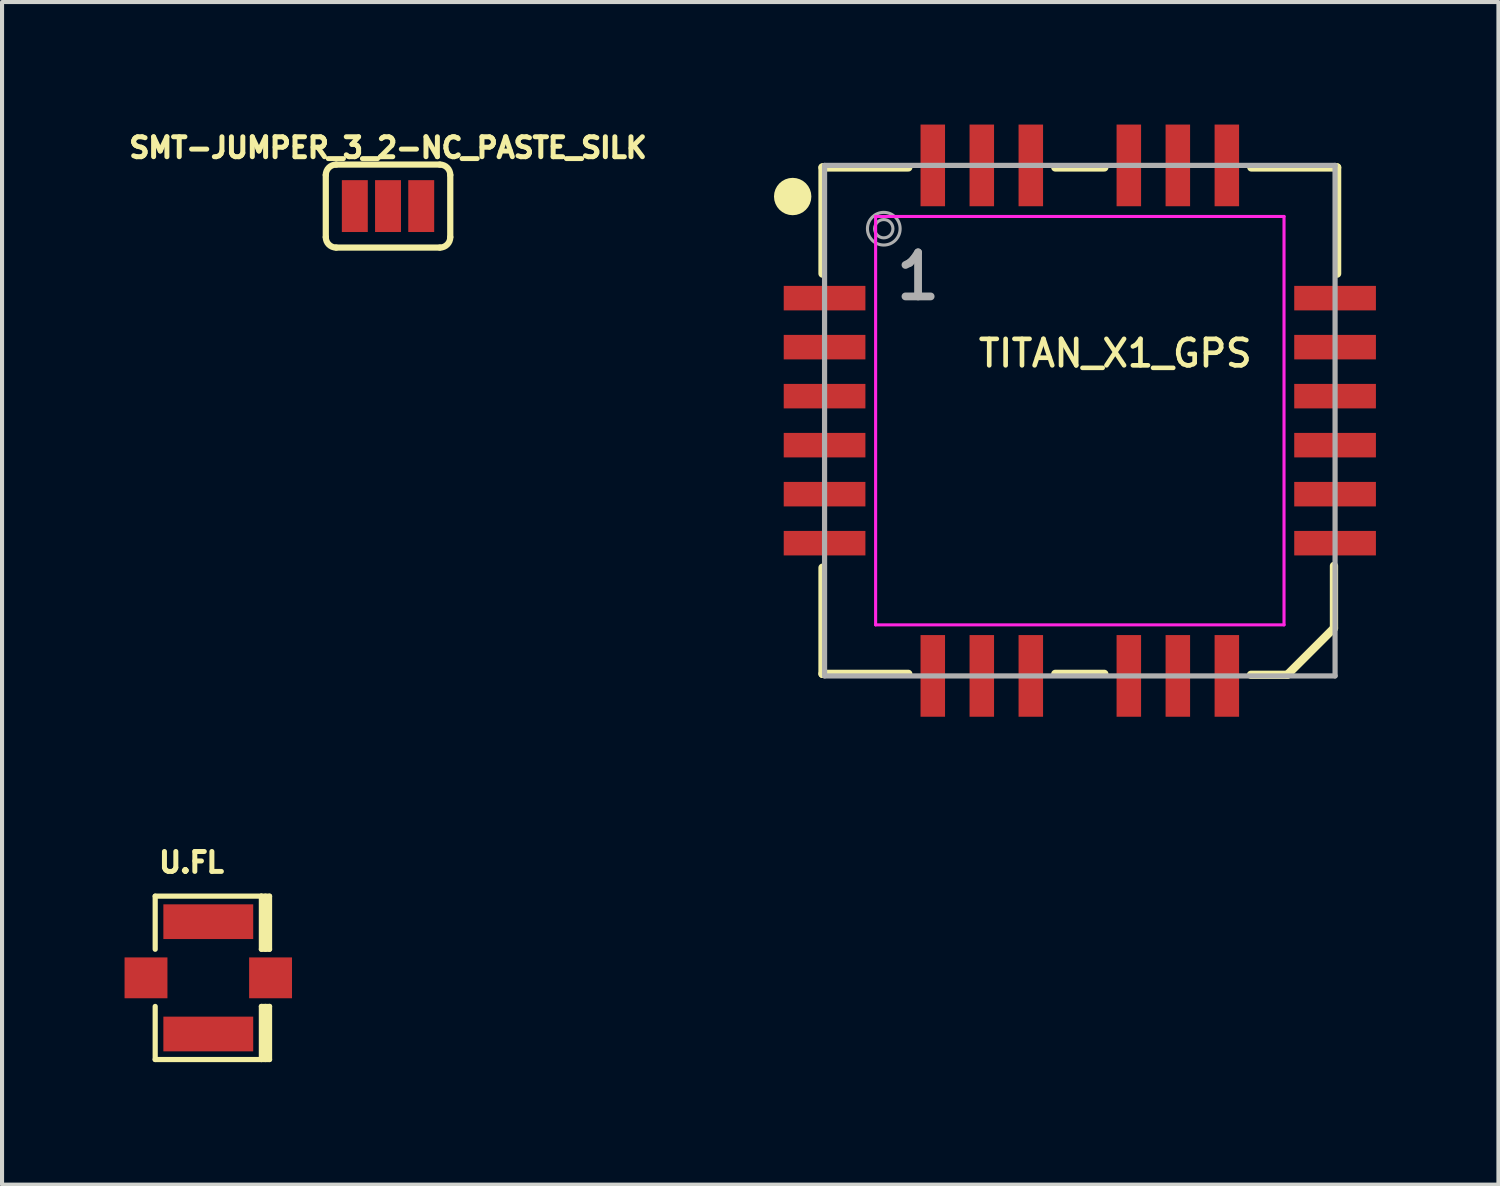
<source format=kicad_pcb>
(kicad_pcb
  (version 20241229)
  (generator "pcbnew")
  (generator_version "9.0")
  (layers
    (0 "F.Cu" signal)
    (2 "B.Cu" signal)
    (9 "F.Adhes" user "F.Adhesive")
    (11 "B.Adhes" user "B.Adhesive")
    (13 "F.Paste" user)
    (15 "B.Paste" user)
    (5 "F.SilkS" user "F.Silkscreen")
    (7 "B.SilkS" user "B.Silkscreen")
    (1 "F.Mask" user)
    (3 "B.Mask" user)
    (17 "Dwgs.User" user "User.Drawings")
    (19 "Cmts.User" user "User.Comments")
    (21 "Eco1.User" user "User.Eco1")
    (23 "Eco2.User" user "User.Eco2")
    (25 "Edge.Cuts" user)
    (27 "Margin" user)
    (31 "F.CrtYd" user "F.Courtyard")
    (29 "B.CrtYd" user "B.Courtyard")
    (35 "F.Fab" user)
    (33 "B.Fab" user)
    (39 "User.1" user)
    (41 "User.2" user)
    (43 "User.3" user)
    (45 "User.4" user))
  (footprint "SMT-JUMPER_3_2-NC_PASTE_SILK"
    (layer "F.Cu")
    (at 6.451 1.996)
    (property "Reference" "SMT-JUMPER_3_2-NC_PASTE_SILK" (at 0 -1.143 0) (layer "F.SilkS") (effects (font (size 0.488 0.488) (thickness 0.122)) (justify bottom)))
    (fp_line (start -1.524 0.762) (end -1.524 -0.762) (stroke (width 0.152) (type solid)) (layer "F.SilkS"))
    (fp_line (start -1.27 -1.016) (end 1.27 -1.016) (stroke (width 0.152) (type solid)) (layer "F.SilkS"))
    (fp_line (start 1.27 1.016) (end -1.27 1.016) (stroke (width 0.152) (type solid)) (layer "F.SilkS"))
    (fp_line (start 1.524 0.762) (end 1.524 -0.762) (stroke (width 0.152) (type solid)) (layer "F.SilkS"))
    (fp_arc (start -1.524 -0.762) (mid -1.449605 -0.941605) (end -1.27 -1.016) (stroke (width 0.1524) (type solid)) (layer "F.SilkS"))
    (fp_arc (start -1.27 1.016) (mid -1.449605 0.941605) (end -1.524 0.762) (stroke (width 0.1524) (type solid)) (layer "F.SilkS"))
    (fp_arc (start 1.27 -1.016) (mid 1.449605 -0.941605) (end 1.524 -0.762) (stroke (width 0.1524) (type solid)) (layer "F.SilkS"))
    (fp_arc (start 1.524 0.762) (mid 1.449605 0.941605) (end 1.27 1.016) (stroke (width 0.1524) (type solid)) (layer "F.SilkS"))
    (fp_poly (pts (xy -1.651 1.118) (xy 1.651 1.118) (xy 1.651 -1.118) (xy -1.651 -1.118)) (stroke (width 0) (type solid)) (fill yes) (layer "F.Paste"))
    (pad "1" smd rect (at -0.813 0) (size 0.635 1.27) (layers "F.Cu" "F.Mask"))
    (pad "2" smd rect (at 0 0) (size 0.635 1.27) (layers "F.Cu" "F.Mask"))
    (pad "3" smd rect (at 0.813 0) (size 0.635 1.27) (layers "F.Cu" "F.Mask")))
  (footprint "U.FL"
    (layer "F.Cu")
    (at 2.05 20.893)
    (property "Reference" "U.FL" (at -1.27 -2.54 0) (layer "F.SilkS") (effects (font (size 0.488 0.488) (thickness 0.122)) (justify left bottom)))
    (fp_line (start -1.3 -0.7) (end -1.3 -2) (stroke (width 0.127) (type solid)) (layer "F.SilkS"))
    (fp_line (start -1.3 2) (end -1.3 0.7) (stroke (width 0.127) (type solid)) (layer "F.SilkS"))
    (fp_line (start -1.3 2) (end 1.3 2) (stroke (width 0.127) (type solid)) (layer "F.SilkS"))
    (fp_line (start 1.3 -2) (end -1.3 -2) (stroke (width 0.127) (type solid)) (layer "F.SilkS"))
    (fp_line (start 1.3 -0.7) (end 1.3 -2) (stroke (width 0.127) (type solid)) (layer "F.SilkS"))
    (fp_line (start 1.3 2) (end 1.3 0.7) (stroke (width 0.127) (type solid)) (layer "F.SilkS"))
    (fp_line (start 1.4 -0.7) (end 1.4 -2) (stroke (width 0.127) (type solid)) (layer "F.SilkS"))
    (fp_line (start 1.4 2) (end 1.4 0.7) (stroke (width 0.127) (type solid)) (layer "F.SilkS"))
    (fp_line (start 1.5 -2) (end 1.3 -2) (stroke (width 0.127) (type solid)) (layer "F.SilkS"))
    (fp_line (start 1.5 -0.7) (end 1.3 -0.7) (stroke (width 0.127) (type solid)) (layer "F.SilkS"))
    (fp_line (start 1.5 -0.7) (end 1.5 -2) (stroke (width 0.127) (type solid)) (layer "F.SilkS"))
    (fp_line (start 1.5 0.7) (end 1.3 0.7) (stroke (width 0.127) (type solid)) (layer "F.SilkS"))
    (fp_line (start 1.5 2) (end 1.3 2) (stroke (width 0.127) (type solid)) (layer "F.SilkS"))
    (fp_line (start 1.5 2) (end 1.5 0.7) (stroke (width 0.127) (type solid)) (layer "F.SilkS"))
    (pad "1" smd rect (at 0 -1.375) (size 2.2 0.85) (layers "F.Cu" "F.Mask" "F.Paste"))
    (pad "2" smd rect (at 0 1.375) (size 2.2 0.85) (layers "F.Cu" "F.Mask" "F.Paste"))
    (pad "FEED" smd rect (at 1.525 0) (size 1.05 1) (layers "F.Cu" "F.Mask" "F.Paste"))
    (pad "NC" smd rect (at -1.525 0) (size 1.05 1) (layers "F.Cu" "F.Mask" "F.Paste")))
  (footprint "TITAN_X1_GPS"
    (layer "F.Cu")
    (at 23.39 7.25)
    (property "Reference" "TITAN_X1_GPS" (at -2.54 -1.27 0) (layer "F.SilkS") (effects (font (size 0.648 0.648) (thickness 0.114)) (justify left bottom)))
    (fp_line (start -6.3 -6.2) (end -6.3 -3.6) (stroke (width 0.203) (type solid)) (layer "F.SilkS"))
    (fp_line (start -6.3 -6.2) (end -4.2 -6.2) (stroke (width 0.203) (type solid)) (layer "F.SilkS"))
    (fp_line (start -6.3 3.6) (end -6.3 6.2) (stroke (width 0.203) (type solid)) (layer "F.SilkS"))
    (fp_line (start -6.3 6.2) (end -4.2 6.2) (stroke (width 0.203) (type solid)) (layer "F.SilkS"))
    (fp_line (start -0.6 -6.2) (end 0.6 -6.2) (stroke (width 0.203) (type solid)) (layer "F.SilkS"))
    (fp_line (start -0.6 6.2) (end 0.6 6.2) (stroke (width 0.203) (type solid)) (layer "F.SilkS"))
    (fp_line (start 4.191 6.223) (end 5.08 6.223) (stroke (width 0.203) (type solid)) (layer "F.SilkS"))
    (fp_line (start 4.2 -6.2) (end 6.3 -6.2) (stroke (width 0.203) (type solid)) (layer "F.SilkS"))
    (fp_line (start 5.08 6.223) (end 6.223 5.08) (stroke (width 0.203) (type solid)) (layer "F.SilkS"))
    (fp_line (start 6.223 5.08) (end 6.223 3.556) (stroke (width 0.203) (type solid)) (layer "F.SilkS"))
    (fp_line (start 6.3 -3.6) (end 6.3 -6.2) (stroke (width 0.203) (type solid)) (layer "F.SilkS"))
    (fp_circle (center -7.031 -5.488) (end -6.802 -5.488) (stroke (width 0.457) (type solid)) (fill no) (layer "F.SilkS"))
    (fp_line (start -5 -5) (end 5 -5) (stroke (width 0.076) (type solid)) (layer "F.CrtYd"))
    (fp_line (start -5 5) (end -5 -5) (stroke (width 0.076) (type solid)) (layer "F.CrtYd"))
    (fp_line (start 5 -5) (end 5 5) (stroke (width 0.076) (type solid)) (layer "F.CrtYd"))
    (fp_line (start 5 5) (end -5 5) (stroke (width 0.076) (type solid)) (layer "F.CrtYd"))
    (fp_line (start -6.25 -6.25) (end -6.25 6.25) (stroke (width 0.127) (type solid)) (layer "F.Fab"))
    (fp_line (start -6.25 6.25) (end 6.25 6.25) (stroke (width 0.127) (type solid)) (layer "F.Fab"))
    (fp_line (start 6.25 -6.25) (end -6.25 -6.25) (stroke (width 0.127) (type solid)) (layer "F.Fab"))
    (fp_line (start 6.25 6.25) (end 6.25 -6.25) (stroke (width 0.127) (type solid)) (layer "F.Fab"))
    (fp_circle (center -4.8 -4.7) (end -4.576 -4.7) (stroke (width 0.076) (type solid)) (fill no) (layer "F.Fab"))
    (fp_circle (center -4.8 -4.7) (end -4.4 -4.7) (stroke (width 0.076) (type solid)) (fill no) (layer "F.Fab"))
    (fp_text user "1" (at -4.6 -2.9 0) (layer "F.Fab") (effects (font (size 1.079 1.079) (thickness 0.191)) (justify left bottom)))
    (pad "1" smd rect (at -6.25 -3) (size 2 0.6) (layers "F.Cu" "F.Mask" "F.Paste"))
    (pad "2" smd rect (at -6.25 -1.8) (size 2 0.6) (layers "F.Cu" "F.Mask" "F.Paste"))
    (pad "3" smd rect (at -6.25 -0.6) (size 2 0.6) (layers "F.Cu" "F.Mask" "F.Paste"))
    (pad "4" smd rect (at -6.25 0.6) (size 2 0.6) (layers "F.Cu" "F.Mask" "F.Paste"))
    (pad "5" smd rect (at -6.25 1.8) (size 2 0.6) (layers "F.Cu" "F.Mask" "F.Paste"))
    (pad "6" smd rect (at -6.25 3) (size 2 0.6) (layers "F.Cu" "F.Mask" "F.Paste"))
    (pad "7" smd rect (at -3.6 6.25 90) (size 2 0.6) (layers "F.Cu" "F.Mask" "F.Paste"))
    (pad "8" smd rect (at -2.4 6.25 90) (size 2 0.6) (layers "F.Cu" "F.Mask" "F.Paste"))
    (pad "9" smd rect (at -1.2 6.25 90) (size 2 0.6) (layers "F.Cu" "F.Mask" "F.Paste"))
    (pad "10" smd rect (at 1.2 6.25 90) (size 2 0.6) (layers "F.Cu" "F.Mask" "F.Paste"))
    (pad "11" smd rect (at 2.4 6.25 90) (size 2 0.6) (layers "F.Cu" "F.Mask" "F.Paste"))
    (pad "12" smd rect (at 3.6 6.25 90) (size 2 0.6) (layers "F.Cu" "F.Mask" "F.Paste"))
    (pad "13" smd rect (at 6.25 3) (size 2 0.6) (layers "F.Cu" "F.Mask" "F.Paste"))
    (pad "14" smd rect (at 6.25 1.8) (size 2 0.6) (layers "F.Cu" "F.Mask" "F.Paste"))
    (pad "15" smd rect (at 6.25 0.6) (size 2 0.6) (layers "F.Cu" "F.Mask" "F.Paste"))
    (pad "16" smd rect (at 6.25 -0.6) (size 2 0.6) (layers "F.Cu" "F.Mask" "F.Paste"))
    (pad "17" smd rect (at 6.25 -1.8) (size 2 0.6) (layers "F.Cu" "F.Mask" "F.Paste"))
    (pad "18" smd rect (at 6.25 -3) (size 2 0.6) (layers "F.Cu" "F.Mask" "F.Paste"))
    (pad "19" smd rect (at 3.6 -6.25 270) (size 2 0.6) (layers "F.Cu" "F.Mask" "F.Paste"))
    (pad "20" smd rect (at 2.4 -6.25 270) (size 2 0.6) (layers "F.Cu" "F.Mask" "F.Paste"))
    (pad "21" smd rect (at 1.2 -6.25 270) (size 2 0.6) (layers "F.Cu" "F.Mask" "F.Paste"))
    (pad "22" smd rect (at -1.2 -6.25 270) (size 2 0.6) (layers "F.Cu" "F.Mask" "F.Paste"))
    (pad "23" smd rect (at -2.4 -6.25 270) (size 2 0.6) (layers "F.Cu" "F.Mask" "F.Paste"))
    (pad "24" smd rect (at -3.6 -6.25 270) (size 2 0.6) (layers "F.Cu" "F.Mask" "F.Paste")))
  (gr_rect
    (start -3 -3)
    (end 33.64 25.957)
    (stroke (width 0.1) (type default))
    (fill no)
    (layer "Edge.Cuts")))
</source>
